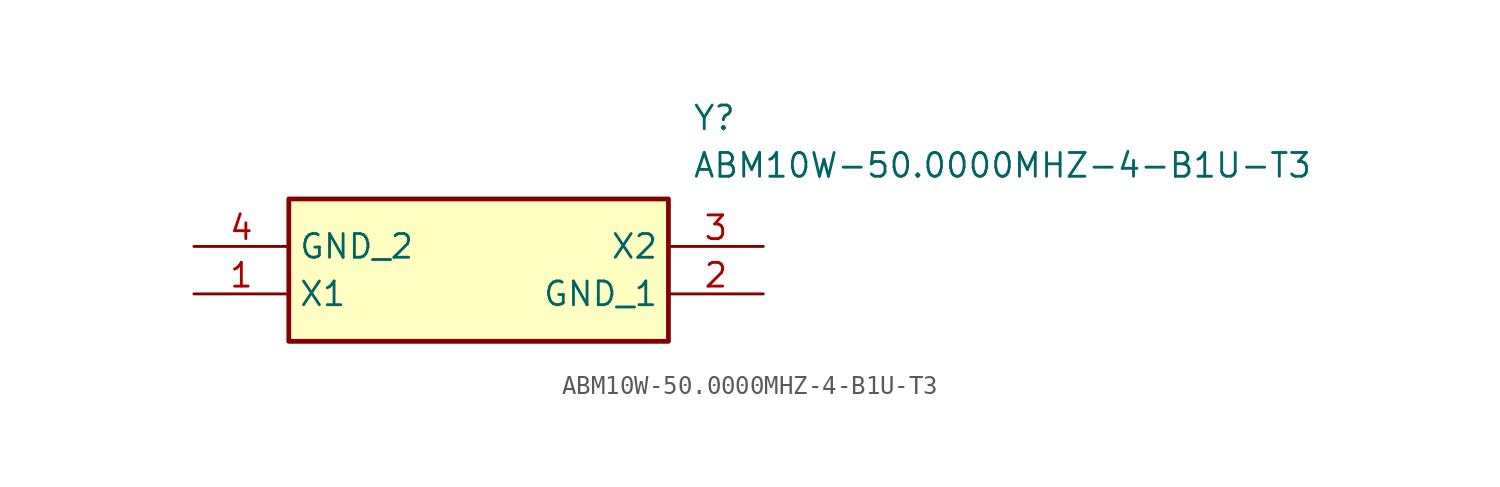
<source format=kicad_sym>
(kicad_symbol_lib
  (version 20211014)
  (generator SamacSys_ECAD_Model)
  (symbol "ABM10W-50.0000MHZ-4-B1U-T3"
    (property "Reference" "Y"
      (at 26.67 7.62 0)
      (effects (font (size 1.27 1.27)) (justify left top)))
    (property "Value" "ABM10W-50.0000MHZ-4-B1U-T3"
      (at 26.67 5.08 0)
      (effects (font (size 1.27 1.27)) (justify left top)))
    (rectangle
      (start 5.08 2.54)
      (end 25.4 -5.08)
      (stroke (width 0.254) (type default))
      (fill (type background)))
    (pin passive line
      (at 0 -2.54 0)
      (length 5.08)
      (name "X1" (effects (font (size 1.27 1.27))))
      (number "1" (effects (font (size 1.27 1.27)))))
    (pin passive line
      (at 30.48 -2.54 180)
      (length 5.08)
      (name "GND_1" (effects (font (size 1.27 1.27))))
      (number "2" (effects (font (size 1.27 1.27)))))
    (pin passive line
      (at 30.48 0 180)
      (length 5.08)
      (name "X2" (effects (font (size 1.27 1.27))))
      (number "3" (effects (font (size 1.27 1.27)))))
    (pin passive line
      (at 0 0 0)
      (length 5.08)
      (name "GND_2" (effects (font (size 1.27 1.27))))
      (number "4" (effects (font (size 1.27 1.27)))))))
</source>
